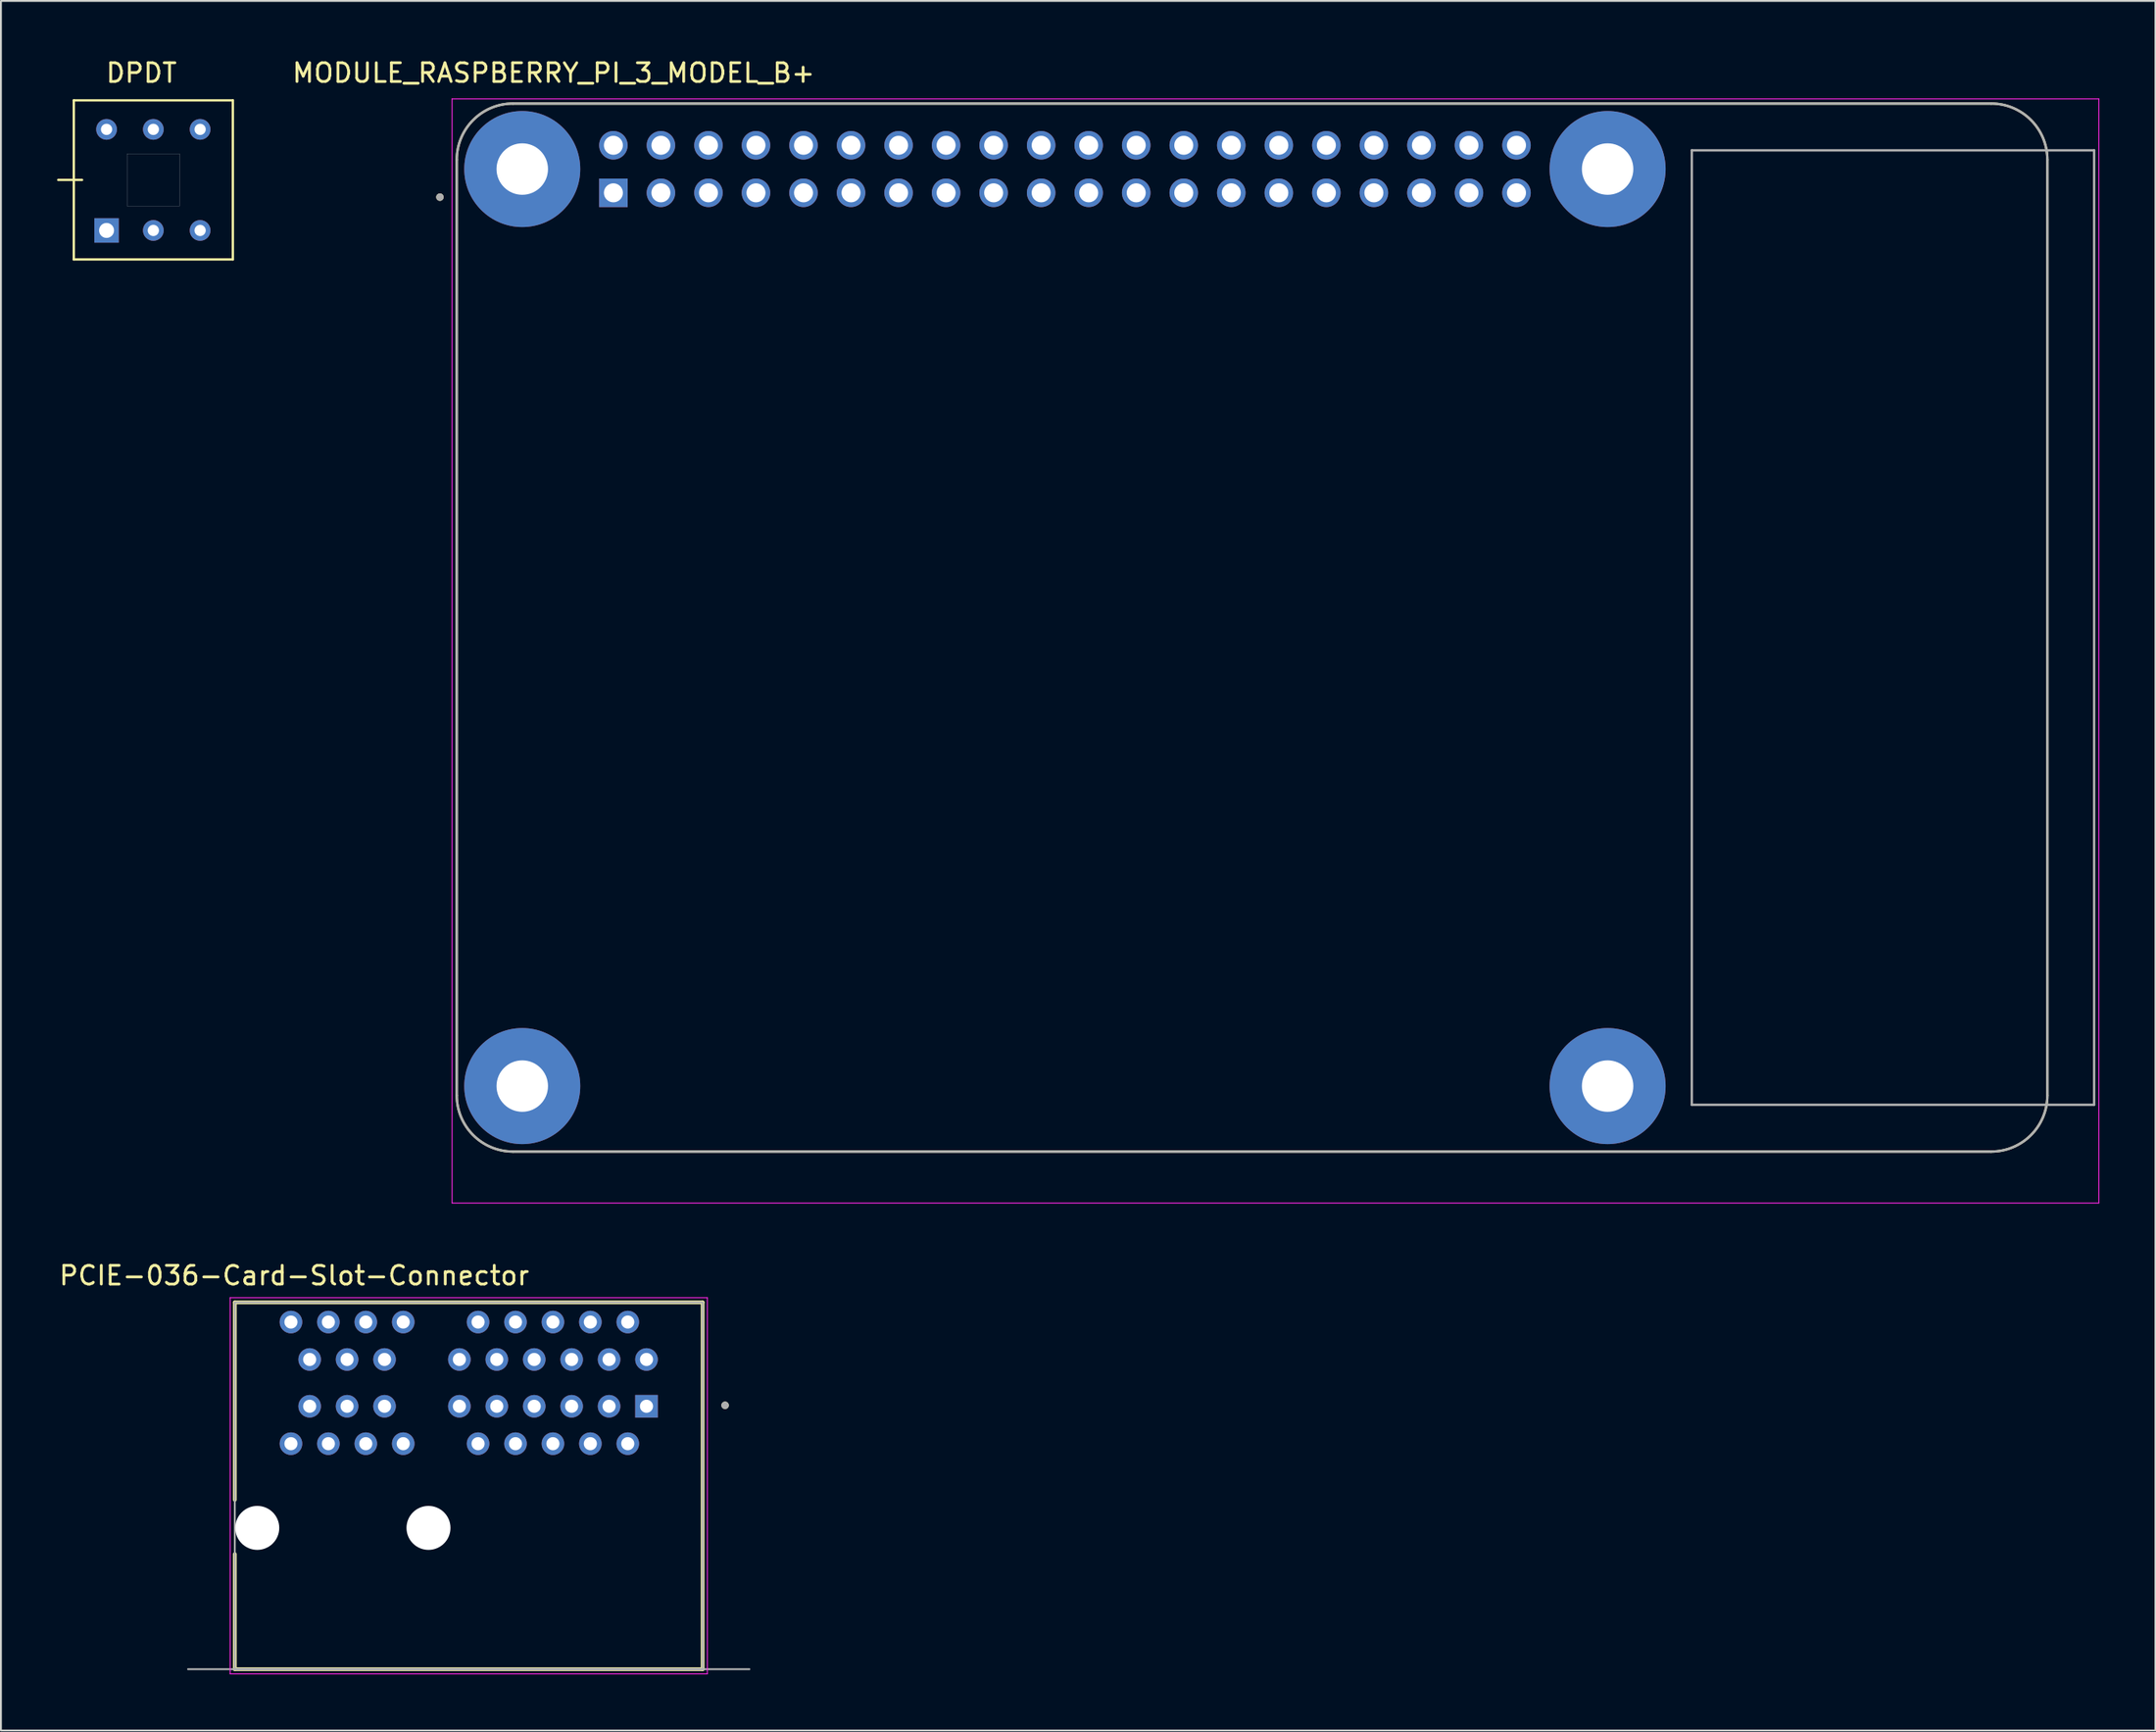
<source format=kicad_pcb>
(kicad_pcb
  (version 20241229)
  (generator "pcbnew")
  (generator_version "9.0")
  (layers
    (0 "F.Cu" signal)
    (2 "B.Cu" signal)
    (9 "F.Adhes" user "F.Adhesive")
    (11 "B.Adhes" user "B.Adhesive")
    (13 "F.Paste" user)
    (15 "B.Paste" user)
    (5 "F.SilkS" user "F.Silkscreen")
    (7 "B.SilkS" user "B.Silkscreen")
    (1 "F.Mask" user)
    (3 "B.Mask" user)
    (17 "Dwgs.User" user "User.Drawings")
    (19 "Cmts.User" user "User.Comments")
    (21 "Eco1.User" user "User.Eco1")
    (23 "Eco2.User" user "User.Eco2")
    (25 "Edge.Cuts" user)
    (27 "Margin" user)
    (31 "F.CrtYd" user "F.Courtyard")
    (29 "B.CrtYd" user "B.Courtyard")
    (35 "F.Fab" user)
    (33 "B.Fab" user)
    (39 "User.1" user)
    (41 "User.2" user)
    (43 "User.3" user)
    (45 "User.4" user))
  (footprint "PCIE-036-Card-Slot-Connector"
    (layer "F.Cu")
    (at 21.998 76.341)
    (property "Reference" "PCIE-036-Card-Slot-Connector" (at -9.325 -11.235 0) (layer "F.SilkS") (effects (font (size 1 1) (thickness 0.15))))
    (attr through_hole)
    (fp_line (start -12.5 -9.8) (end 12.5 -9.8) (stroke (width 0.2) (type solid)) (layer "F.SilkS"))
    (fp_line (start -12.5 0.75) (end -12.5 -9.8) (stroke (width 0.2) (type solid)) (layer "F.SilkS"))
    (fp_line (start -12.5 9.8) (end -12.5 3.65) (stroke (width 0.2) (type solid)) (layer "F.SilkS"))
    (fp_line (start 12.5 -9.8) (end 12.5 9.8) (stroke (width 0.2) (type solid)) (layer "F.SilkS"))
    (fp_line (start 12.5 9.8) (end -12.5 9.8) (stroke (width 0.2) (type solid)) (layer "F.SilkS"))
    (fp_circle (center 13.7 -4.3) (end 13.8 -4.3) (stroke (width 0.2) (type solid)) (fill no) (layer "F.SilkS"))
    (fp_line (start -12.75 -10.05) (end 12.75 -10.05) (stroke (width 0.05) (type solid)) (layer "F.CrtYd"))
    (fp_line (start -12.75 10.05) (end -12.75 -10.05) (stroke (width 0.05) (type solid)) (layer "F.CrtYd"))
    (fp_line (start 12.75 -10.05) (end 12.75 10.05) (stroke (width 0.05) (type solid)) (layer "F.CrtYd"))
    (fp_line (start 12.75 10.05) (end -12.75 10.05) (stroke (width 0.05) (type solid)) (layer "F.CrtYd"))
    (fp_line (start -15 9.8) (end 15 9.8) (stroke (width 0.1) (type solid)) (layer "F.Fab"))
    (fp_line (start -12.5 -9.8) (end 12.5 -9.8) (stroke (width 0.1) (type solid)) (layer "F.Fab"))
    (fp_line (start -12.5 9.8) (end -12.5 -9.8) (stroke (width 0.1) (type solid)) (layer "F.Fab"))
    (fp_line (start 12.5 -9.8) (end 12.5 9.8) (stroke (width 0.1) (type solid)) (layer "F.Fab"))
    (fp_line (start 12.5 9.8) (end -12.5 9.8) (stroke (width 0.127) (type solid)) (layer "F.Fab"))
    (fp_circle (center 13.7 -4.3) (end 13.8 -4.3) (stroke (width 0.2) (type solid)) (fill no) (layer "F.Fab"))
    (pad "" np_thru_hole circle (at -11.3 2.25) (size 2.35 2.35) (drill 2.35) (layers "*.Cu" "*.Mask"))
    (pad "" np_thru_hole circle (at -2.15 2.25) (size 2.35 2.35) (drill 2.35) (layers "*.Cu" "*.Mask"))
    (pad "A01" thru_hole rect (at 9.5 -4.25) (size 1.208 1.208) (drill 0.7) (layers "*.Cu" "*.Mask"))
    (pad "A02" thru_hole circle (at 8.5 -2.25) (size 1.208 1.208) (drill 0.7) (layers "*.Cu" "*.Mask"))
    (pad "A03" thru_hole circle (at 7.5 -4.25) (size 1.208 1.208) (drill 0.7) (layers "*.Cu" "*.Mask"))
    (pad "A04" thru_hole circle (at 6.5 -2.25) (size 1.208 1.208) (drill 0.7) (layers "*.Cu" "*.Mask"))
    (pad "A05" thru_hole circle (at 5.5 -4.25) (size 1.208 1.208) (drill 0.7) (layers "*.Cu" "*.Mask"))
    (pad "A06" thru_hole circle (at 4.5 -2.25) (size 1.208 1.208) (drill 0.7) (layers "*.Cu" "*.Mask"))
    (pad "A07" thru_hole circle (at 3.5 -4.25) (size 1.208 1.208) (drill 0.7) (layers "*.Cu" "*.Mask"))
    (pad "A08" thru_hole circle (at 2.5 -2.25) (size 1.208 1.208) (drill 0.7) (layers "*.Cu" "*.Mask"))
    (pad "A09" thru_hole circle (at 1.5 -4.25) (size 1.208 1.208) (drill 0.7) (layers "*.Cu" "*.Mask"))
    (pad "A10" thru_hole circle (at 0.5 -2.25) (size 1.208 1.208) (drill 0.7) (layers "*.Cu" "*.Mask"))
    (pad "A11" thru_hole circle (at -0.5 -4.25) (size 1.208 1.208) (drill 0.7) (layers "*.Cu" "*.Mask"))
    (pad "A12" thru_hole circle (at -3.5 -2.25) (size 1.208 1.208) (drill 0.7) (layers "*.Cu" "*.Mask"))
    (pad "A13" thru_hole circle (at -4.5 -4.25) (size 1.208 1.208) (drill 0.7) (layers "*.Cu" "*.Mask"))
    (pad "A14" thru_hole circle (at -5.5 -2.25) (size 1.208 1.208) (drill 0.7) (layers "*.Cu" "*.Mask"))
    (pad "A15" thru_hole circle (at -6.5 -4.25) (size 1.208 1.208) (drill 0.7) (layers "*.Cu" "*.Mask"))
    (pad "A16" thru_hole circle (at -7.5 -2.25) (size 1.208 1.208) (drill 0.7) (layers "*.Cu" "*.Mask"))
    (pad "A17" thru_hole circle (at -8.5 -4.25) (size 1.208 1.208) (drill 0.7) (layers "*.Cu" "*.Mask"))
    (pad "A18" thru_hole circle (at -9.5 -2.25) (size 1.208 1.208) (drill 0.7) (layers "*.Cu" "*.Mask"))
    (pad "B01" thru_hole circle (at 9.5 -6.75) (size 1.208 1.208) (drill 0.7) (layers "*.Cu" "*.Mask"))
    (pad "B02" thru_hole circle (at 8.5 -8.75) (size 1.208 1.208) (drill 0.7) (layers "*.Cu" "*.Mask"))
    (pad "B03" thru_hole circle (at 7.5 -6.75) (size 1.208 1.208) (drill 0.7) (layers "*.Cu" "*.Mask"))
    (pad "B04" thru_hole circle (at 6.5 -8.75) (size 1.208 1.208) (drill 0.7) (layers "*.Cu" "*.Mask"))
    (pad "B05" thru_hole circle (at 5.5 -6.75) (size 1.208 1.208) (drill 0.7) (layers "*.Cu" "*.Mask"))
    (pad "B06" thru_hole circle (at 4.5 -8.75) (size 1.208 1.208) (drill 0.7) (layers "*.Cu" "*.Mask"))
    (pad "B07" thru_hole circle (at 3.5 -6.75) (size 1.208 1.208) (drill 0.7) (layers "*.Cu" "*.Mask"))
    (pad "B08" thru_hole circle (at 2.5 -8.75) (size 1.208 1.208) (drill 0.7) (layers "*.Cu" "*.Mask"))
    (pad "B09" thru_hole circle (at 1.5 -6.75) (size 1.208 1.208) (drill 0.7) (layers "*.Cu" "*.Mask"))
    (pad "B10" thru_hole circle (at 0.5 -8.75) (size 1.208 1.208) (drill 0.7) (layers "*.Cu" "*.Mask"))
    (pad "B11" thru_hole circle (at -0.5 -6.75) (size 1.208 1.208) (drill 0.7) (layers "*.Cu" "*.Mask"))
    (pad "B12" thru_hole circle (at -3.5 -8.75) (size 1.208 1.208) (drill 0.7) (layers "*.Cu" "*.Mask"))
    (pad "B13" thru_hole circle (at -4.5 -6.75) (size 1.208 1.208) (drill 0.7) (layers "*.Cu" "*.Mask"))
    (pad "B14" thru_hole circle (at -5.5 -8.75) (size 1.208 1.208) (drill 0.7) (layers "*.Cu" "*.Mask"))
    (pad "B15" thru_hole circle (at -6.5 -6.75) (size 1.208 1.208) (drill 0.7) (layers "*.Cu" "*.Mask"))
    (pad "B16" thru_hole circle (at -7.5 -8.75) (size 1.208 1.208) (drill 0.7) (layers "*.Cu" "*.Mask"))
    (pad "B17" thru_hole circle (at -8.5 -6.75) (size 1.208 1.208) (drill 0.7) (layers "*.Cu" "*.Mask"))
    (pad "B18" thru_hole circle (at -9.5 -8.75) (size 1.208 1.208) (drill 0.7) (layers "*.Cu" "*.Mask")))
  (footprint "DPDT"
    (layer "F.Cu")
    (at 5.144 6.563)
    (property "Reference" "DPDT" (at -0.635 -5.715 0) (layer "F.SilkS") (effects (font (size 1 1) (thickness 0.15))))
    (attr through_hole)
    (fp_line (start -4.25 -4.25) (end -4.25 4.25) (stroke (width 0.127) (type solid)) (layer "F.SilkS"))
    (fp_line (start -4.25 4.25) (end 4.25 4.25) (stroke (width 0.127) (type solid)) (layer "F.SilkS"))
    (fp_line (start -3.81 0) (end -5.08 0) (stroke (width 0.127) (type solid)) (layer "F.SilkS"))
    (fp_line (start 4.25 -4.25) (end -4.25 -4.25) (stroke (width 0.127) (type solid)) (layer "F.SilkS"))
    (fp_line (start 4.25 4.25) (end 4.25 -4.25) (stroke (width 0.127) (type solid)) (layer "F.SilkS"))
    (fp_poly (pts (xy -1.4 -1.4) (xy 1.4 -1.4) (xy 1.4 1.4) (xy -1.4 1.4)) (stroke (width 0.01) (type solid)) (fill no) (layer "Dwgs.User"))
    (pad "P$1" thru_hole rect (at -2.5 2.7) (size 1.308 1.308) (drill 0.8) (layers "*.Cu" "*.Mask"))
    (pad "P$2" thru_hole circle (at 0 2.7) (size 1.108 1.108) (drill 0.6) (layers "*.Cu" "*.Mask"))
    (pad "P$3" thru_hole circle (at 2.5 2.7) (size 1.108 1.108) (drill 0.6) (layers "*.Cu" "*.Mask"))
    (pad "P$4" thru_hole circle (at -2.5 -2.7) (size 1.108 1.108) (drill 0.6) (layers "*.Cu" "*.Mask"))
    (pad "P$5" thru_hole circle (at 0 -2.7) (size 1.108 1.108) (drill 0.6) (layers "*.Cu" "*.Mask"))
    (pad "P$6" thru_hole circle (at 2.5 -2.7) (size 1.108 1.108) (drill 0.6) (layers "*.Cu" "*.Mask")))
  (footprint "MODULE_RASPBERRY_PI_3_MODEL_B+"
    (layer "F.Cu")
    (at 63.859 30.483)
    (property "Reference" "MODULE_RASPBERRY_PI_3_MODEL_B+" (at -37.325 -29.635 0) (layer "F.SilkS") (effects (font (size 1 1) (thickness 0.15))))
    (attr through_hole)
    (fp_line (start -42.5 -25) (end -42.5 25) (stroke (width 0.127) (type solid)) (layer "F.SilkS"))
    (fp_line (start -39.5 28) (end 39.5 28) (stroke (width 0.127) (type solid)) (layer "F.SilkS"))
    (fp_line (start 39.5 -28) (end -39.5 -28) (stroke (width 0.127) (type solid)) (layer "F.SilkS"))
    (fp_line (start 42.5 25) (end 42.5 -25) (stroke (width 0.127) (type solid)) (layer "F.SilkS"))
    (fp_arc (start -42.5 -25) (mid -41.62132 -27.12132) (end -39.5 -28) (stroke (width 0.127) (type solid)) (layer "F.SilkS"))
    (fp_arc (start -39.5 28) (mid -41.62132 27.12132) (end -42.5 25) (stroke (width 0.127) (type solid)) (layer "F.SilkS"))
    (fp_arc (start 39.5 -28) (mid 41.62132 -27.12132) (end 42.5 -25) (stroke (width 0.127) (type solid)) (layer "F.SilkS"))
    (fp_arc (start 42.5 25) (mid 41.62132 27.12132) (end 39.5 28) (stroke (width 0.127) (type solid)) (layer "F.SilkS"))
    (fp_circle (center -43.4 -23) (end -43.3 -23) (stroke (width 0.2) (type solid)) (fill no) (layer "F.SilkS"))
    (fp_line (start -42.75 -28.25) (end 45.25 -28.25) (stroke (width 0.05) (type solid)) (layer "F.CrtYd"))
    (fp_line (start -42.75 30.75) (end -42.75 -28.25) (stroke (width 0.05) (type solid)) (layer "F.CrtYd"))
    (fp_line (start 45.25 -28.25) (end 45.25 30.75) (stroke (width 0.05) (type solid)) (layer "F.CrtYd"))
    (fp_line (start 45.25 30.75) (end -42.75 30.75) (stroke (width 0.05) (type solid)) (layer "F.CrtYd"))
    (fp_line (start -42.5 -25) (end -42.5 25) (stroke (width 0.127) (type solid)) (layer "F.Fab"))
    (fp_line (start -39.5 28) (end 39.5 28) (stroke (width 0.127) (type solid)) (layer "F.Fab"))
    (fp_line (start 23.5 -25.5) (end 23.5 25.5) (stroke (width 0.127) (type solid)) (layer "F.Fab"))
    (fp_line (start 23.5 25.5) (end 45 25.5) (stroke (width 0.127) (type solid)) (layer "F.Fab"))
    (fp_line (start 39.5 -28) (end -39.5 -28) (stroke (width 0.127) (type solid)) (layer "F.Fab"))
    (fp_line (start 42.5 25) (end 42.5 -25) (stroke (width 0.127) (type solid)) (layer "F.Fab"))
    (fp_line (start 45 -25.5) (end 23.5 -25.5) (stroke (width 0.127) (type solid)) (layer "F.Fab"))
    (fp_line (start 45 25.5) (end 45 -25.5) (stroke (width 0.127) (type solid)) (layer "F.Fab"))
    (fp_arc (start -42.5 -25) (mid -41.62132 -27.12132) (end -39.5 -28) (stroke (width 0.127) (type solid)) (layer "F.Fab"))
    (fp_arc (start -39.5 28) (mid -41.62132 27.12132) (end -42.5 25) (stroke (width 0.127) (type solid)) (layer "F.Fab"))
    (fp_arc (start 39.5 -28) (mid 41.62132 -27.12132) (end 42.5 -25) (stroke (width 0.127) (type solid)) (layer "F.Fab"))
    (fp_arc (start 42.5 25) (mid 41.62132 27.12132) (end 39.5 28) (stroke (width 0.127) (type solid)) (layer "F.Fab"))
    (fp_circle (center -43.4 -23) (end -43.3 -23) (stroke (width 0.2) (type solid)) (fill no) (layer "F.Fab"))
    (pad "1" thru_hole rect (at -34.13 -23.23) (size 1.524 1.524) (drill 1.016) (layers "*.Cu" "*.Mask"))
    (pad "2" thru_hole circle (at -34.13 -25.77) (size 1.524 1.524) (drill 1.016) (layers "*.Cu" "*.Mask"))
    (pad "3" thru_hole circle (at -31.59 -23.23) (size 1.524 1.524) (drill 1.016) (layers "*.Cu" "*.Mask"))
    (pad "4" thru_hole circle (at -31.59 -25.77) (size 1.524 1.524) (drill 1.016) (layers "*.Cu" "*.Mask"))
    (pad "5" thru_hole circle (at -29.05 -23.23) (size 1.524 1.524) (drill 1.016) (layers "*.Cu" "*.Mask"))
    (pad "6" thru_hole circle (at -29.05 -25.77) (size 1.524 1.524) (drill 1.016) (layers "*.Cu" "*.Mask"))
    (pad "7" thru_hole circle (at -26.51 -23.23) (size 1.524 1.524) (drill 1.016) (layers "*.Cu" "*.Mask"))
    (pad "8" thru_hole circle (at -26.51 -25.77) (size 1.524 1.524) (drill 1.016) (layers "*.Cu" "*.Mask"))
    (pad "9" thru_hole circle (at -23.97 -23.23) (size 1.524 1.524) (drill 1.016) (layers "*.Cu" "*.Mask"))
    (pad "10" thru_hole circle (at -23.97 -25.77) (size 1.524 1.524) (drill 1.016) (layers "*.Cu" "*.Mask"))
    (pad "11" thru_hole circle (at -21.43 -23.23) (size 1.524 1.524) (drill 1.016) (layers "*.Cu" "*.Mask"))
    (pad "12" thru_hole circle (at -21.43 -25.77) (size 1.524 1.524) (drill 1.016) (layers "*.Cu" "*.Mask"))
    (pad "13" thru_hole circle (at -18.89 -23.23) (size 1.524 1.524) (drill 1.016) (layers "*.Cu" "*.Mask"))
    (pad "14" thru_hole circle (at -18.89 -25.77) (size 1.524 1.524) (drill 1.016) (layers "*.Cu" "*.Mask"))
    (pad "15" thru_hole circle (at -16.35 -23.23) (size 1.524 1.524) (drill 1.016) (layers "*.Cu" "*.Mask"))
    (pad "16" thru_hole circle (at -16.35 -25.77) (size 1.524 1.524) (drill 1.016) (layers "*.Cu" "*.Mask"))
    (pad "17" thru_hole circle (at -13.81 -23.23) (size 1.524 1.524) (drill 1.016) (layers "*.Cu" "*.Mask"))
    (pad "18" thru_hole circle (at -13.81 -25.77) (size 1.524 1.524) (drill 1.016) (layers "*.Cu" "*.Mask"))
    (pad "19" thru_hole circle (at -11.27 -23.23) (size 1.524 1.524) (drill 1.016) (layers "*.Cu" "*.Mask"))
    (pad "20" thru_hole circle (at -11.27 -25.77) (size 1.524 1.524) (drill 1.016) (layers "*.Cu" "*.Mask"))
    (pad "21" thru_hole circle (at -8.73 -23.23) (size 1.524 1.524) (drill 1.016) (layers "*.Cu" "*.Mask"))
    (pad "22" thru_hole circle (at -8.73 -25.77) (size 1.524 1.524) (drill 1.016) (layers "*.Cu" "*.Mask"))
    (pad "23" thru_hole circle (at -6.19 -23.23) (size 1.524 1.524) (drill 1.016) (layers "*.Cu" "*.Mask"))
    (pad "24" thru_hole circle (at -6.19 -25.77) (size 1.524 1.524) (drill 1.016) (layers "*.Cu" "*.Mask"))
    (pad "25" thru_hole circle (at -3.65 -23.23) (size 1.524 1.524) (drill 1.016) (layers "*.Cu" "*.Mask"))
    (pad "26" thru_hole circle (at -3.65 -25.77) (size 1.524 1.524) (drill 1.016) (layers "*.Cu" "*.Mask"))
    (pad "27" thru_hole circle (at -1.11 -23.23) (size 1.524 1.524) (drill 1.016) (layers "*.Cu" "*.Mask"))
    (pad "28" thru_hole circle (at -1.11 -25.77) (size 1.524 1.524) (drill 1.016) (layers "*.Cu" "*.Mask"))
    (pad "29" thru_hole circle (at 1.43 -23.23) (size 1.524 1.524) (drill 1.016) (layers "*.Cu" "*.Mask"))
    (pad "30" thru_hole circle (at 1.43 -25.77) (size 1.524 1.524) (drill 1.016) (layers "*.Cu" "*.Mask"))
    (pad "31" thru_hole circle (at 3.97 -23.23) (size 1.524 1.524) (drill 1.016) (layers "*.Cu" "*.Mask"))
    (pad "32" thru_hole circle (at 3.97 -25.77) (size 1.524 1.524) (drill 1.016) (layers "*.Cu" "*.Mask"))
    (pad "33" thru_hole circle (at 6.51 -23.23) (size 1.524 1.524) (drill 1.016) (layers "*.Cu" "*.Mask"))
    (pad "34" thru_hole circle (at 6.51 -25.77) (size 1.524 1.524) (drill 1.016) (layers "*.Cu" "*.Mask"))
    (pad "35" thru_hole circle (at 9.05 -23.23) (size 1.524 1.524) (drill 1.016) (layers "*.Cu" "*.Mask"))
    (pad "36" thru_hole circle (at 9.05 -25.77) (size 1.524 1.524) (drill 1.016) (layers "*.Cu" "*.Mask"))
    (pad "37" thru_hole circle (at 11.59 -23.23) (size 1.524 1.524) (drill 1.016) (layers "*.Cu" "*.Mask"))
    (pad "38" thru_hole circle (at 11.59 -25.77) (size 1.524 1.524) (drill 1.016) (layers "*.Cu" "*.Mask"))
    (pad "39" thru_hole circle (at 14.13 -23.23) (size 1.524 1.524) (drill 1.016) (layers "*.Cu" "*.Mask"))
    (pad "40" thru_hole circle (at 14.13 -25.77) (size 1.524 1.524) (drill 1.016) (layers "*.Cu" "*.Mask"))
    (pad "S1" thru_hole circle (at -39 -24.5) (size 6.2 6.2) (drill 2.75) (layers "*.Cu" "*.Mask"))
    (pad "S2" thru_hole circle (at 19 -24.5) (size 6.2 6.2) (drill 2.75) (layers "*.Cu" "*.Mask"))
    (pad "S3" thru_hole circle (at 19 24.5) (size 6.2 6.2) (drill 2.75) (layers "*.Cu" "*.Mask"))
    (pad "S4" thru_hole circle (at -39 24.5) (size 6.2 6.2) (drill 2.75) (layers "*.Cu" "*.Mask")))
  (gr_rect
    (start -3 -3)
    (end 112.134 89.416)
    (stroke (width 0.1) (type default))
    (fill no)
    (layer "Edge.Cuts")))
</source>
